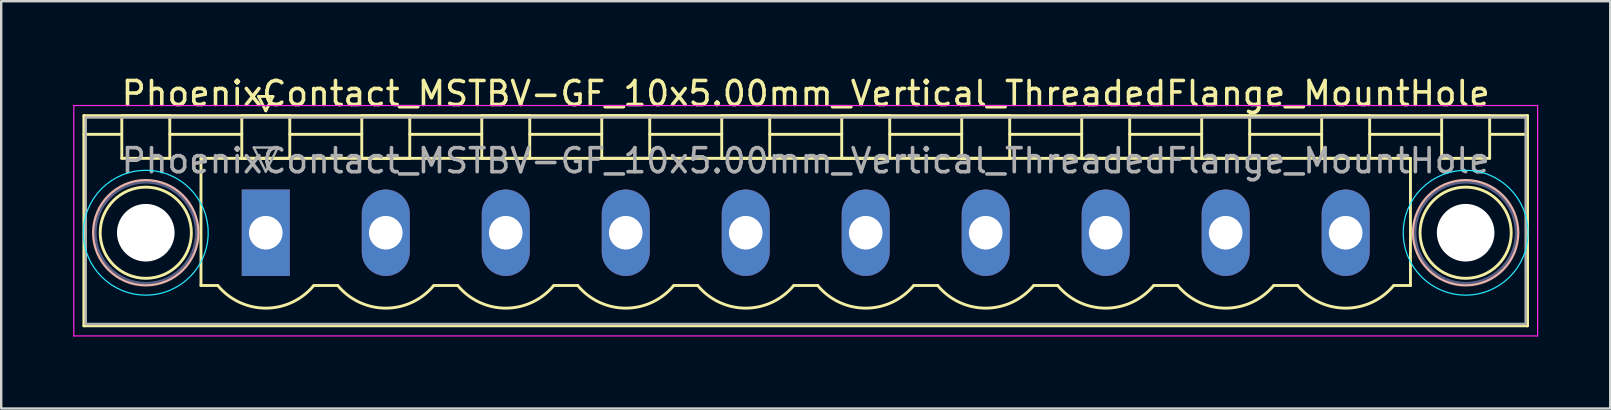
<source format=kicad_pcb>
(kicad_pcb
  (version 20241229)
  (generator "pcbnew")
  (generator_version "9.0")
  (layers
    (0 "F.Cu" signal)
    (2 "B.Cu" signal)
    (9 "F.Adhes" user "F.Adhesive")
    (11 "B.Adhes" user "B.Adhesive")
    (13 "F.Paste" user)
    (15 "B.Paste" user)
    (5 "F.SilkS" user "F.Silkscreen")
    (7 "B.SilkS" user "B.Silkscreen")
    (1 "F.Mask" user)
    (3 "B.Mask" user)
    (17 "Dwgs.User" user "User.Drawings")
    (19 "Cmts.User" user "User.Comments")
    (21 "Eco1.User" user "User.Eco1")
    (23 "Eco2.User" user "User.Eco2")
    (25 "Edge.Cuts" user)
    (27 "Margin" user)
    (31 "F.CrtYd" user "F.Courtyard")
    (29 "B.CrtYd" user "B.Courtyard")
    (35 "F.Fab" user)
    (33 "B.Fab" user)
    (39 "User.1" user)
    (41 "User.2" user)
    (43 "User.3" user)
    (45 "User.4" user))
  (footprint "PhoenixContact_MSTBV-GF_10x5.00mm_Vertical_ThreadedFlange_MountHole"
    (layer "F.Cu")
    (at 8.025 6.648)
    (property "Reference" "PhoenixContact_MSTBV-GF_10x5.00mm_Vertical_ThreadedFlange_MountHole" (at 22.5 -5.8 0) (layer "F.SilkS") (effects (font (size 1 1) (thickness 0.15))))
    (attr through_hole)
    (fp_line (start -7.58 -4.88) (end -7.58 3.88) (stroke (width 0.12) (type solid)) (layer "F.SilkS"))
    (fp_line (start -7.58 -4.1) (end -6.08 -4.1) (stroke (width 0.12) (type solid)) (layer "F.SilkS"))
    (fp_line (start -7.58 3.88) (end 52.58 3.88) (stroke (width 0.12) (type solid)) (layer "F.SilkS"))
    (fp_line (start -6 -4.88) (end -4 -4.88) (stroke (width 0.12) (type solid)) (layer "F.SilkS"))
    (fp_line (start -6 -3.1) (end -6 -4.88) (stroke (width 0.12) (type solid)) (layer "F.SilkS"))
    (fp_line (start -4 -4.88) (end -4 -3.1) (stroke (width 0.12) (type solid)) (layer "F.SilkS"))
    (fp_line (start -4 -4.1) (end -1 -4.1) (stroke (width 0.12) (type solid)) (layer "F.SilkS"))
    (fp_line (start -4 -3.1) (end -6 -3.1) (stroke (width 0.12) (type solid)) (layer "F.SilkS"))
    (fp_line (start -2.7 -3.1) (end 47.7 -3.1) (stroke (width 0.12) (type solid)) (layer "F.SilkS"))
    (fp_line (start -2.7 2.2) (end -2.7 -3.1) (stroke (width 0.12) (type solid)) (layer "F.SilkS"))
    (fp_line (start -2 2.2) (end -2.7 2.2) (stroke (width 0.12) (type solid)) (layer "F.SilkS"))
    (fp_line (start -1 -4.88) (end 1 -4.88) (stroke (width 0.12) (type solid)) (layer "F.SilkS"))
    (fp_line (start -1 -3.1) (end -1 -4.88) (stroke (width 0.12) (type solid)) (layer "F.SilkS"))
    (fp_line (start -0.3 -5.68) (end 0.3 -5.68) (stroke (width 0.12) (type solid)) (layer "F.SilkS"))
    (fp_line (start 0 -5.08) (end -0.3 -5.68) (stroke (width 0.12) (type solid)) (layer "F.SilkS"))
    (fp_line (start 0.3 -5.68) (end 0 -5.08) (stroke (width 0.12) (type solid)) (layer "F.SilkS"))
    (fp_line (start 1 -4.88) (end 1 -3.1) (stroke (width 0.12) (type solid)) (layer "F.SilkS"))
    (fp_line (start 1 -4.1) (end 4 -4.1) (stroke (width 0.12) (type solid)) (layer "F.SilkS"))
    (fp_line (start 1 -3.1) (end -1 -3.1) (stroke (width 0.12) (type solid)) (layer "F.SilkS"))
    (fp_line (start 2 2.2) (end 3 2.2) (stroke (width 0.12) (type solid)) (layer "F.SilkS"))
    (fp_line (start 4 -4.88) (end 6 -4.88) (stroke (width 0.12) (type solid)) (layer "F.SilkS"))
    (fp_line (start 4 -3.1) (end 4 -4.88) (stroke (width 0.12) (type solid)) (layer "F.SilkS"))
    (fp_line (start 6 -4.88) (end 6 -3.1) (stroke (width 0.12) (type solid)) (layer "F.SilkS"))
    (fp_line (start 6 -4.1) (end 9 -4.1) (stroke (width 0.12) (type solid)) (layer "F.SilkS"))
    (fp_line (start 6 -3.1) (end 4 -3.1) (stroke (width 0.12) (type solid)) (layer "F.SilkS"))
    (fp_line (start 7 2.2) (end 8 2.2) (stroke (width 0.12) (type solid)) (layer "F.SilkS"))
    (fp_line (start 9 -4.88) (end 11 -4.88) (stroke (width 0.12) (type solid)) (layer "F.SilkS"))
    (fp_line (start 9 -3.1) (end 9 -4.88) (stroke (width 0.12) (type solid)) (layer "F.SilkS"))
    (fp_line (start 11 -4.88) (end 11 -3.1) (stroke (width 0.12) (type solid)) (layer "F.SilkS"))
    (fp_line (start 11 -4.1) (end 14 -4.1) (stroke (width 0.12) (type solid)) (layer "F.SilkS"))
    (fp_line (start 11 -3.1) (end 9 -3.1) (stroke (width 0.12) (type solid)) (layer "F.SilkS"))
    (fp_line (start 12 2.2) (end 13 2.2) (stroke (width 0.12) (type solid)) (layer "F.SilkS"))
    (fp_line (start 14 -4.88) (end 16 -4.88) (stroke (width 0.12) (type solid)) (layer "F.SilkS"))
    (fp_line (start 14 -3.1) (end 14 -4.88) (stroke (width 0.12) (type solid)) (layer "F.SilkS"))
    (fp_line (start 16 -4.88) (end 16 -3.1) (stroke (width 0.12) (type solid)) (layer "F.SilkS"))
    (fp_line (start 16 -4.1) (end 19 -4.1) (stroke (width 0.12) (type solid)) (layer "F.SilkS"))
    (fp_line (start 16 -3.1) (end 14 -3.1) (stroke (width 0.12) (type solid)) (layer "F.SilkS"))
    (fp_line (start 17 2.2) (end 18 2.2) (stroke (width 0.12) (type solid)) (layer "F.SilkS"))
    (fp_line (start 19 -4.88) (end 21 -4.88) (stroke (width 0.12) (type solid)) (layer "F.SilkS"))
    (fp_line (start 19 -3.1) (end 19 -4.88) (stroke (width 0.12) (type solid)) (layer "F.SilkS"))
    (fp_line (start 21 -4.88) (end 21 -3.1) (stroke (width 0.12) (type solid)) (layer "F.SilkS"))
    (fp_line (start 21 -4.1) (end 24 -4.1) (stroke (width 0.12) (type solid)) (layer "F.SilkS"))
    (fp_line (start 21 -3.1) (end 19 -3.1) (stroke (width 0.12) (type solid)) (layer "F.SilkS"))
    (fp_line (start 22 2.2) (end 23 2.2) (stroke (width 0.12) (type solid)) (layer "F.SilkS"))
    (fp_line (start 24 -4.88) (end 26 -4.88) (stroke (width 0.12) (type solid)) (layer "F.SilkS"))
    (fp_line (start 24 -3.1) (end 24 -4.88) (stroke (width 0.12) (type solid)) (layer "F.SilkS"))
    (fp_line (start 26 -4.88) (end 26 -3.1) (stroke (width 0.12) (type solid)) (layer "F.SilkS"))
    (fp_line (start 26 -4.1) (end 29 -4.1) (stroke (width 0.12) (type solid)) (layer "F.SilkS"))
    (fp_line (start 26 -3.1) (end 24 -3.1) (stroke (width 0.12) (type solid)) (layer "F.SilkS"))
    (fp_line (start 27 2.2) (end 28 2.2) (stroke (width 0.12) (type solid)) (layer "F.SilkS"))
    (fp_line (start 29 -4.88) (end 31 -4.88) (stroke (width 0.12) (type solid)) (layer "F.SilkS"))
    (fp_line (start 29 -3.1) (end 29 -4.88) (stroke (width 0.12) (type solid)) (layer "F.SilkS"))
    (fp_line (start 31 -4.88) (end 31 -3.1) (stroke (width 0.12) (type solid)) (layer "F.SilkS"))
    (fp_line (start 31 -4.1) (end 34 -4.1) (stroke (width 0.12) (type solid)) (layer "F.SilkS"))
    (fp_line (start 31 -3.1) (end 29 -3.1) (stroke (width 0.12) (type solid)) (layer "F.SilkS"))
    (fp_line (start 32 2.2) (end 33 2.2) (stroke (width 0.12) (type solid)) (layer "F.SilkS"))
    (fp_line (start 34 -4.88) (end 36 -4.88) (stroke (width 0.12) (type solid)) (layer "F.SilkS"))
    (fp_line (start 34 -3.1) (end 34 -4.88) (stroke (width 0.12) (type solid)) (layer "F.SilkS"))
    (fp_line (start 36 -4.88) (end 36 -3.1) (stroke (width 0.12) (type solid)) (layer "F.SilkS"))
    (fp_line (start 36 -4.1) (end 39 -4.1) (stroke (width 0.12) (type solid)) (layer "F.SilkS"))
    (fp_line (start 36 -3.1) (end 34 -3.1) (stroke (width 0.12) (type solid)) (layer "F.SilkS"))
    (fp_line (start 37 2.2) (end 38 2.2) (stroke (width 0.12) (type solid)) (layer "F.SilkS"))
    (fp_line (start 39 -4.88) (end 41 -4.88) (stroke (width 0.12) (type solid)) (layer "F.SilkS"))
    (fp_line (start 39 -3.1) (end 39 -4.88) (stroke (width 0.12) (type solid)) (layer "F.SilkS"))
    (fp_line (start 41 -4.88) (end 41 -3.1) (stroke (width 0.12) (type solid)) (layer "F.SilkS"))
    (fp_line (start 41 -4.1) (end 44 -4.1) (stroke (width 0.12) (type solid)) (layer "F.SilkS"))
    (fp_line (start 41 -3.1) (end 39 -3.1) (stroke (width 0.12) (type solid)) (layer "F.SilkS"))
    (fp_line (start 42 2.2) (end 43 2.2) (stroke (width 0.12) (type solid)) (layer "F.SilkS"))
    (fp_line (start 44 -4.88) (end 46 -4.88) (stroke (width 0.12) (type solid)) (layer "F.SilkS"))
    (fp_line (start 44 -3.1) (end 44 -4.88) (stroke (width 0.12) (type solid)) (layer "F.SilkS"))
    (fp_line (start 46 -4.88) (end 46 -3.1) (stroke (width 0.12) (type solid)) (layer "F.SilkS"))
    (fp_line (start 46 -4.1) (end 49 -4.1) (stroke (width 0.12) (type solid)) (layer "F.SilkS"))
    (fp_line (start 46 -3.1) (end 44 -3.1) (stroke (width 0.12) (type solid)) (layer "F.SilkS"))
    (fp_line (start 47.7 -3.1) (end 47.7 2.2) (stroke (width 0.12) (type solid)) (layer "F.SilkS"))
    (fp_line (start 47.7 2.2) (end 47 2.2) (stroke (width 0.12) (type solid)) (layer "F.SilkS"))
    (fp_line (start 49 -4.88) (end 51 -4.88) (stroke (width 0.12) (type solid)) (layer "F.SilkS"))
    (fp_line (start 49 -3.1) (end 49 -4.88) (stroke (width 0.12) (type solid)) (layer "F.SilkS"))
    (fp_line (start 51 -4.88) (end 51 -3.1) (stroke (width 0.12) (type solid)) (layer "F.SilkS"))
    (fp_line (start 51 -3.1) (end 49 -3.1) (stroke (width 0.12) (type solid)) (layer "F.SilkS"))
    (fp_line (start 52.58 -4.88) (end -7.58 -4.88) (stroke (width 0.12) (type solid)) (layer "F.SilkS"))
    (fp_line (start 52.58 -4.1) (end 51.08 -4.1) (stroke (width 0.12) (type solid)) (layer "F.SilkS"))
    (fp_line (start 52.58 3.88) (end 52.58 -4.88) (stroke (width 0.12) (type solid)) (layer "F.SilkS"))
    (fp_arc (start 1.986842 2.215821) (mid -0.010289 3.142758) (end -2 2.2) (stroke (width 0.12) (type solid)) (layer "F.SilkS"))
    (fp_arc (start 6.986842 2.215821) (mid 4.989711 3.142758) (end 3 2.2) (stroke (width 0.12) (type solid)) (layer "F.SilkS"))
    (fp_arc (start 11.986842 2.215821) (mid 9.989711 3.142758) (end 8 2.2) (stroke (width 0.12) (type solid)) (layer "F.SilkS"))
    (fp_arc (start 16.986842 2.215821) (mid 14.989711 3.142758) (end 13 2.2) (stroke (width 0.12) (type solid)) (layer "F.SilkS"))
    (fp_arc (start 21.986842 2.215821) (mid 19.989711 3.142758) (end 18 2.2) (stroke (width 0.12) (type solid)) (layer "F.SilkS"))
    (fp_arc (start 26.986842 2.215821) (mid 24.989711 3.142758) (end 23 2.2) (stroke (width 0.12) (type solid)) (layer "F.SilkS"))
    (fp_arc (start 31.986842 2.215821) (mid 29.989711 3.142758) (end 28 2.2) (stroke (width 0.12) (type solid)) (layer "F.SilkS"))
    (fp_arc (start 36.986842 2.215821) (mid 34.989711 3.142758) (end 33 2.2) (stroke (width 0.12) (type solid)) (layer "F.SilkS"))
    (fp_arc (start 41.986842 2.215821) (mid 39.989711 3.142758) (end 38 2.2) (stroke (width 0.12) (type solid)) (layer "F.SilkS"))
    (fp_arc (start 46.986842 2.215821) (mid 44.989711 3.142758) (end 43 2.2) (stroke (width 0.12) (type solid)) (layer "F.SilkS"))
    (fp_circle (center -5 0) (end -3.1 0) (stroke (width 0.12) (type solid)) (fill no) (layer "F.SilkS"))
    (fp_circle (center 50 0) (end 51.9 0) (stroke (width 0.12) (type solid)) (fill no) (layer "F.SilkS"))
    (fp_circle (center -5 0) (end -2.82 0) (stroke (width 0.12) (type solid)) (fill no) (layer "B.SilkS"))
    (fp_circle (center 50 0) (end 52.18 0) (stroke (width 0.12) (type solid)) (fill no) (layer "B.SilkS"))
    (fp_circle (center -5 0) (end -2.4 0) (stroke (width 0.05) (type solid)) (fill no) (layer "B.CrtYd"))
    (fp_circle (center 50 0) (end 52.6 0) (stroke (width 0.05) (type solid)) (fill no) (layer "B.CrtYd"))
    (fp_line (start -8 -5.3) (end -8 4.3) (stroke (width 0.05) (type solid)) (layer "F.CrtYd"))
    (fp_line (start -8 4.3) (end 53 4.3) (stroke (width 0.05) (type solid)) (layer "F.CrtYd"))
    (fp_line (start 53 -5.3) (end -8 -5.3) (stroke (width 0.05) (type solid)) (layer "F.CrtYd"))
    (fp_line (start 53 4.3) (end 53 -5.3) (stroke (width 0.05) (type solid)) (layer "F.CrtYd"))
    (fp_circle (center -5 0) (end -2.9 0) (stroke (width 0.1) (type solid)) (fill no) (layer "B.Fab"))
    (fp_circle (center 50 0) (end 52.1 0) (stroke (width 0.1) (type solid)) (fill no) (layer "B.Fab"))
    (fp_line (start -7.5 -4.8) (end -7.5 3.8) (stroke (width 0.1) (type solid)) (layer "F.Fab"))
    (fp_line (start -7.5 3.8) (end 52.5 3.8) (stroke (width 0.1) (type solid)) (layer "F.Fab"))
    (fp_line (start -0.5 -3.55) (end 0.5 -3.55) (stroke (width 0.1) (type solid)) (layer "F.Fab"))
    (fp_line (start 0 -2.55) (end -0.5 -3.55) (stroke (width 0.1) (type solid)) (layer "F.Fab"))
    (fp_line (start 0.5 -3.55) (end 0 -2.55) (stroke (width 0.1) (type solid)) (layer "F.Fab"))
    (fp_line (start 52.5 -4.8) (end -7.5 -4.8) (stroke (width 0.1) (type solid)) (layer "F.Fab"))
    (fp_line (start 52.5 3.8) (end 52.5 -4.8) (stroke (width 0.1) (type solid)) (layer "F.Fab"))
    (fp_text user "${REFERENCE}" (at 22.5 -3 0) (layer "F.Fab") (effects (font (size 1 1) (thickness 0.15))))
    (pad "" np_thru_hole circle (at -5 0) (size 2.4 2.4) (drill 2.4) (layers "*.Cu" "*.Mask"))
    (pad "" np_thru_hole circle (at 50 0) (size 2.4 2.4) (drill 2.4) (layers "*.Cu" "*.Mask"))
    (pad "1" thru_hole rect (at 0 0) (size 2 3.6) (drill 1.4) (layers "*.Cu" "*.Mask"))
    (pad "2" thru_hole oval (at 5 0) (size 2 3.6) (drill 1.4) (layers "*.Cu" "*.Mask"))
    (pad "3" thru_hole oval (at 10 0) (size 2 3.6) (drill 1.4) (layers "*.Cu" "*.Mask"))
    (pad "4" thru_hole oval (at 15 0) (size 2 3.6) (drill 1.4) (layers "*.Cu" "*.Mask"))
    (pad "5" thru_hole oval (at 20 0) (size 2 3.6) (drill 1.4) (layers "*.Cu" "*.Mask"))
    (pad "6" thru_hole oval (at 25 0) (size 2 3.6) (drill 1.4) (layers "*.Cu" "*.Mask"))
    (pad "7" thru_hole oval (at 30 0) (size 2 3.6) (drill 1.4) (layers "*.Cu" "*.Mask"))
    (pad "8" thru_hole oval (at 35 0) (size 2 3.6) (drill 1.4) (layers "*.Cu" "*.Mask"))
    (pad "9" thru_hole oval (at 40 0) (size 2 3.6) (drill 1.4) (layers "*.Cu" "*.Mask"))
    (pad "10" thru_hole oval (at 45 0) (size 2 3.6) (drill 1.4) (layers "*.Cu" "*.Mask")))
  (gr_rect
    (start -3 -3)
    (end 64.05 13.973)
    (stroke (width 0.1) (type default))
    (fill no)
    (layer "Edge.Cuts")))
</source>
